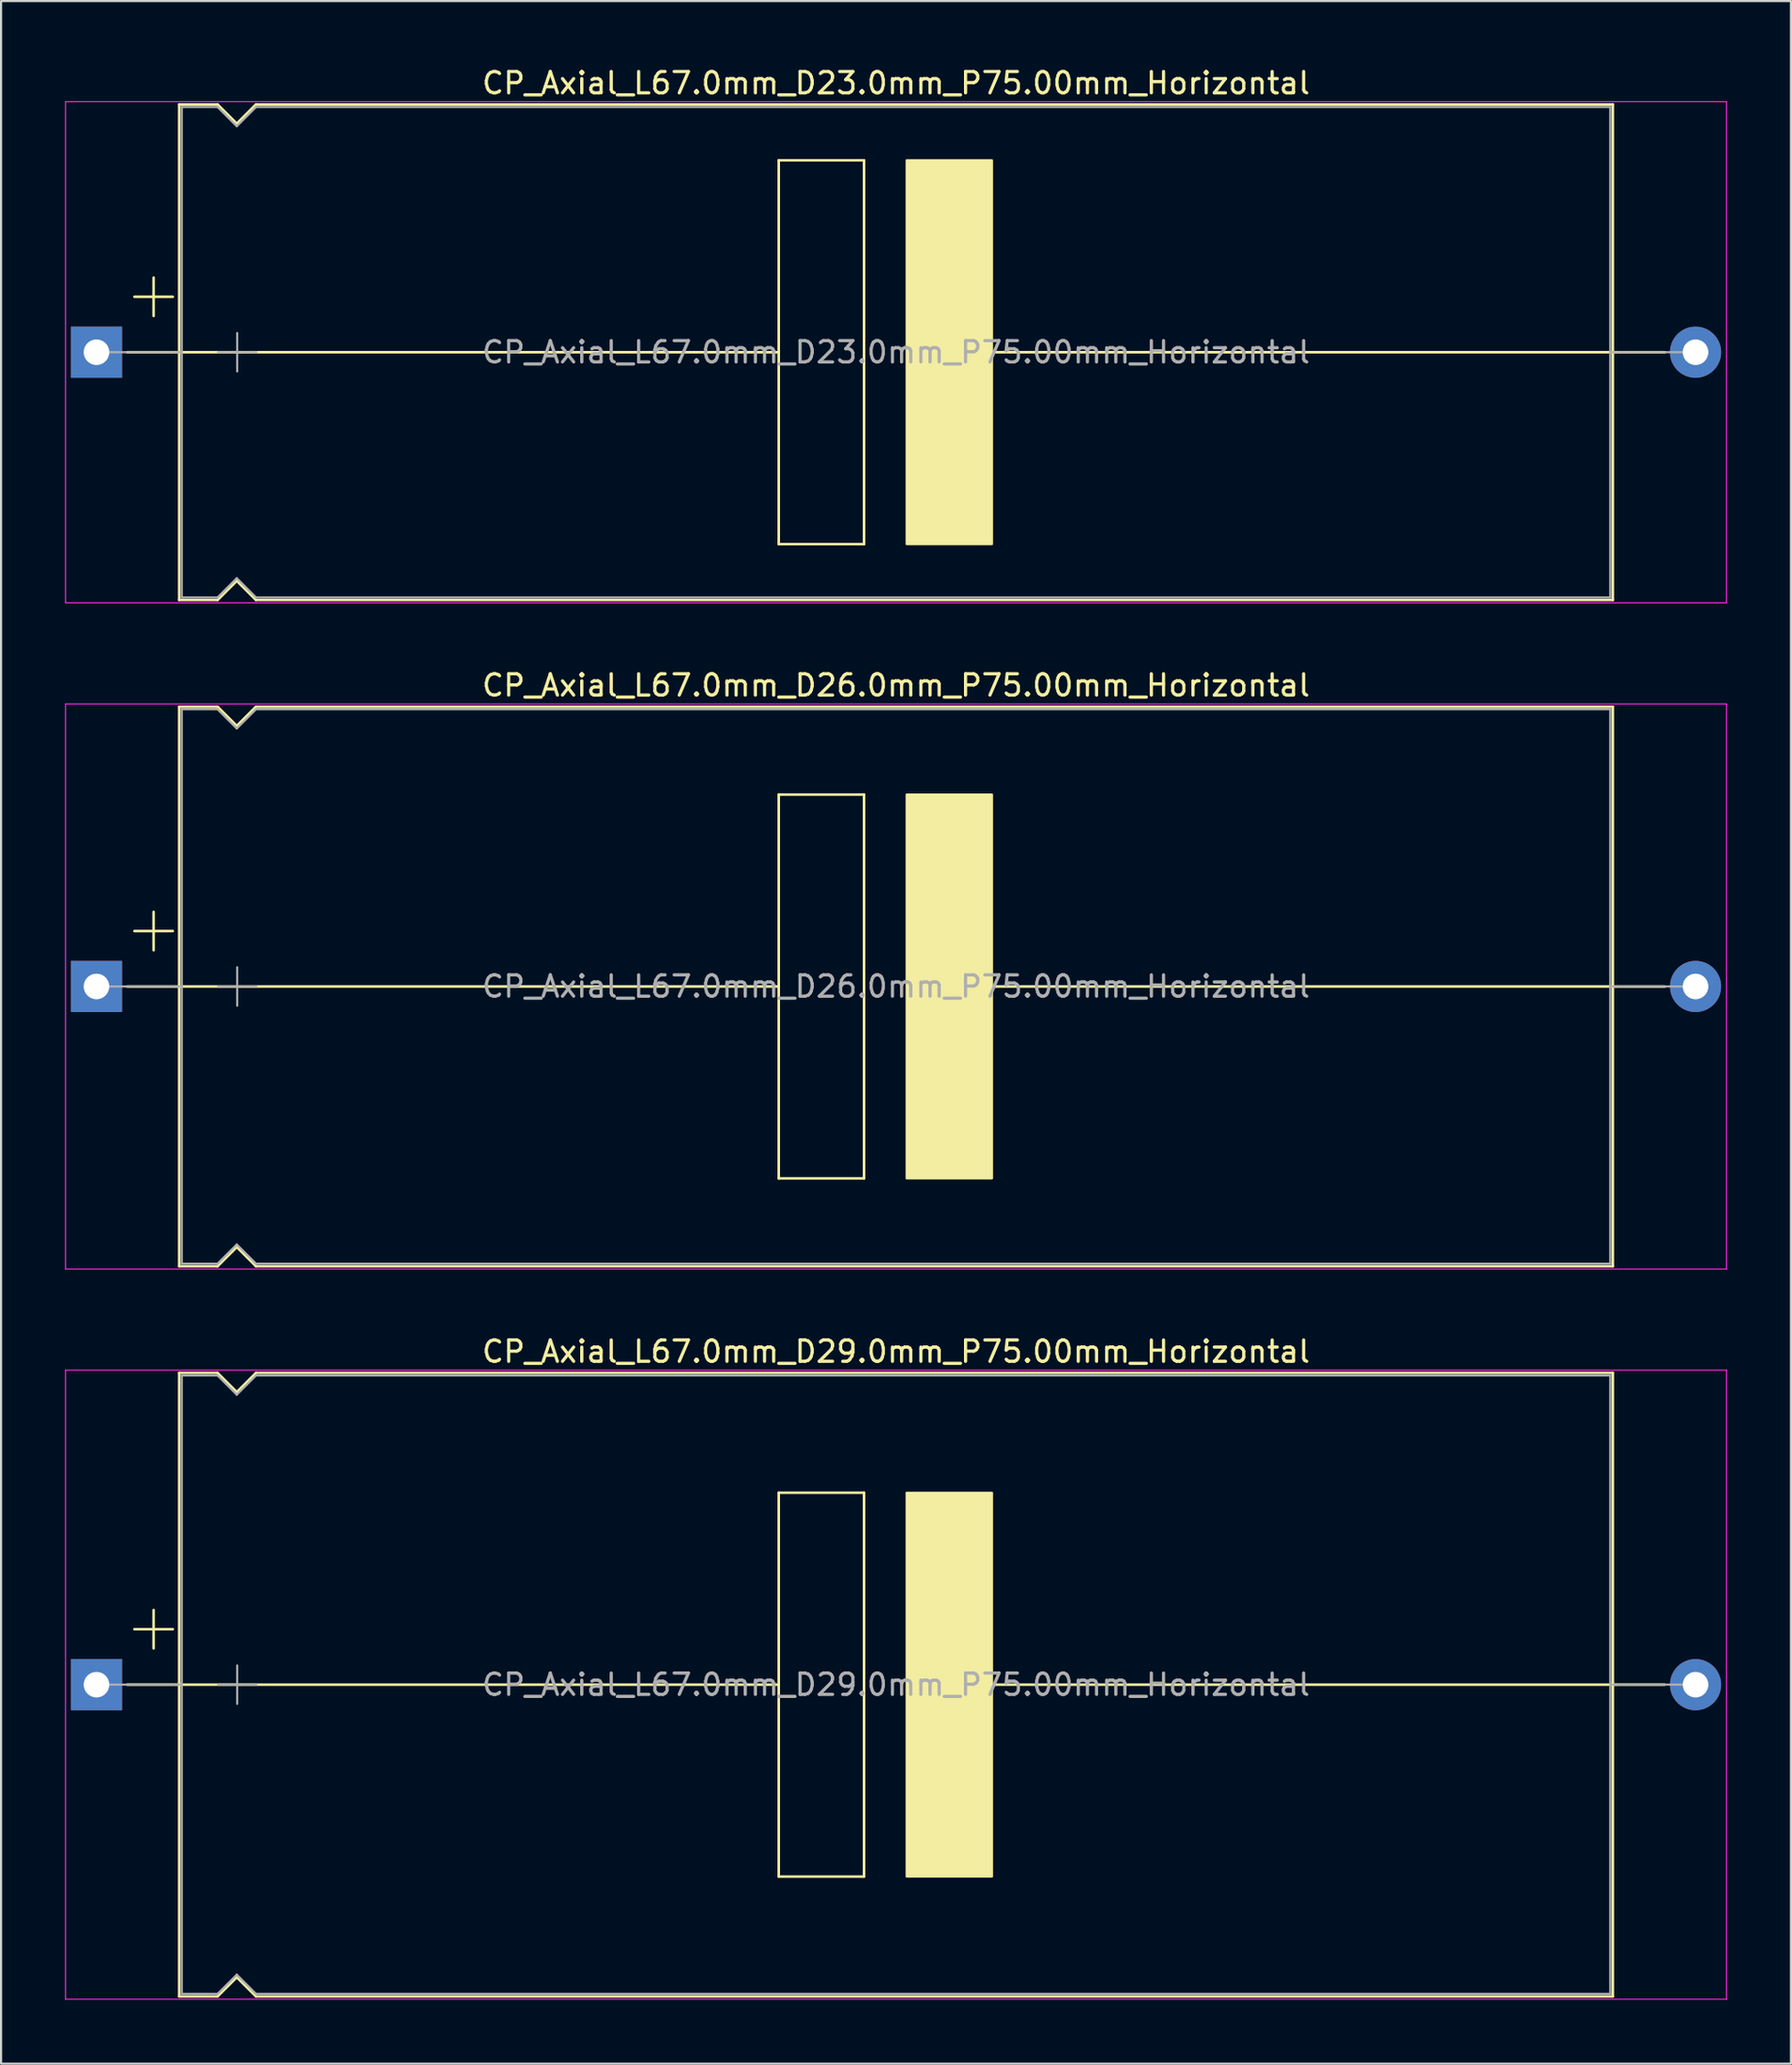
<source format=kicad_pcb>
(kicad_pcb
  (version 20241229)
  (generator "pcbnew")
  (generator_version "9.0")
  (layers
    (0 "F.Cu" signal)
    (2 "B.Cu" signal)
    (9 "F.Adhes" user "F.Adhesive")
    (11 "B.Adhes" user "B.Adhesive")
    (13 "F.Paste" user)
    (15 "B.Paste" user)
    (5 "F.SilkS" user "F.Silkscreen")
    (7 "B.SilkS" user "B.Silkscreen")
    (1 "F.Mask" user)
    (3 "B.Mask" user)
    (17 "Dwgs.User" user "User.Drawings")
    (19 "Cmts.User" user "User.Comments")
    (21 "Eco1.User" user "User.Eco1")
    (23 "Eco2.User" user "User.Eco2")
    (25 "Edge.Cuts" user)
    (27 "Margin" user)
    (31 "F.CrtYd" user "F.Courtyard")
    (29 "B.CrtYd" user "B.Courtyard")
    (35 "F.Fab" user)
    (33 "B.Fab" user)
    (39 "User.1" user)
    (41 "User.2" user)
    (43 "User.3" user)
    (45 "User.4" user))
  (footprint "CP_Axial_L67.0mm_D26.0mm_P75.00mm_Horizontal"
    (layer "F.Cu")
    (at 1.475 43.212)
    (property "Reference" "CP_Axial_L67.0mm_D26.0mm_P75.00mm_Horizontal" (at 37.5 -14.12 0) (layer "F.SilkS") (effects (font (size 1 1) (thickness 0.15))))
    (attr through_hole)
    (fp_line (start 1.44 0) (end 3.88 0) (stroke (width 0.12) (type solid)) (layer "F.SilkS"))
    (fp_line (start 1.78 -2.6) (end 3.58 -2.6) (stroke (width 0.12) (type solid)) (layer "F.SilkS"))
    (fp_line (start 2.68 -3.5) (end 2.68 -1.7) (stroke (width 0.12) (type solid)) (layer "F.SilkS"))
    (fp_line (start 3.88 -13.12) (end 3.88 13.12) (stroke (width 0.12) (type solid)) (layer "F.SilkS"))
    (fp_line (start 3.88 -13.12) (end 5.68 -13.12) (stroke (width 0.12) (type solid)) (layer "F.SilkS"))
    (fp_line (start 3.88 0) (end 32 0) (stroke (width 0.12) (type solid)) (layer "F.SilkS"))
    (fp_line (start 3.88 13.12) (end 5.68 13.12) (stroke (width 0.12) (type solid)) (layer "F.SilkS"))
    (fp_line (start 5.68 -13.12) (end 6.58 -12.22) (stroke (width 0.12) (type solid)) (layer "F.SilkS"))
    (fp_line (start 5.68 13.12) (end 6.58 12.22) (stroke (width 0.12) (type solid)) (layer "F.SilkS"))
    (fp_line (start 6.58 -12.22) (end 7.48 -13.12) (stroke (width 0.12) (type solid)) (layer "F.SilkS"))
    (fp_line (start 6.58 12.22) (end 7.48 13.12) (stroke (width 0.12) (type solid)) (layer "F.SilkS"))
    (fp_line (start 7.48 -13.12) (end 71.12 -13.12) (stroke (width 0.12) (type solid)) (layer "F.SilkS"))
    (fp_line (start 7.48 13.12) (end 71.12 13.12) (stroke (width 0.12) (type solid)) (layer "F.SilkS"))
    (fp_line (start 32 -9) (end 36 -9) (stroke (width 0.12) (type solid)) (layer "F.SilkS"))
    (fp_line (start 32 9) (end 32 -9) (stroke (width 0.12) (type solid)) (layer "F.SilkS"))
    (fp_line (start 36 -9) (end 36 9) (stroke (width 0.12) (type solid)) (layer "F.SilkS"))
    (fp_line (start 36 9) (end 32 9) (stroke (width 0.12) (type solid)) (layer "F.SilkS"))
    (fp_line (start 42 0) (end 71.12 0) (stroke (width 0.12) (type solid)) (layer "F.SilkS"))
    (fp_line (start 71.12 -13.12) (end 71.12 13.12) (stroke (width 0.12) (type solid)) (layer "F.SilkS"))
    (fp_line (start 73.56 0) (end 71.12 0) (stroke (width 0.12) (type solid)) (layer "F.SilkS"))
    (fp_poly (pts (xy 42 9) (xy 38 9) (xy 38 -9) (xy 42 -9)) (stroke (width 0.1) (type solid)) (fill yes) (layer "F.SilkS"))
    (fp_line (start -1.45 -13.25) (end -1.45 13.25) (stroke (width 0.05) (type solid)) (layer "F.CrtYd"))
    (fp_line (start -1.45 13.25) (end 76.45 13.25) (stroke (width 0.05) (type solid)) (layer "F.CrtYd"))
    (fp_line (start 76.45 -13.25) (end -1.45 -13.25) (stroke (width 0.05) (type solid)) (layer "F.CrtYd"))
    (fp_line (start 76.45 13.25) (end 76.45 -13.25) (stroke (width 0.05) (type solid)) (layer "F.CrtYd"))
    (fp_line (start 0 0) (end 4 0) (stroke (width 0.1) (type solid)) (layer "F.Fab"))
    (fp_line (start 4 -13) (end 4 13) (stroke (width 0.1) (type solid)) (layer "F.Fab"))
    (fp_line (start 4 -13) (end 5.68 -13) (stroke (width 0.1) (type solid)) (layer "F.Fab"))
    (fp_line (start 4 13) (end 5.68 13) (stroke (width 0.1) (type solid)) (layer "F.Fab"))
    (fp_line (start 5.68 -13) (end 6.58 -12.1) (stroke (width 0.1) (type solid)) (layer "F.Fab"))
    (fp_line (start 5.68 13) (end 6.58 12.1) (stroke (width 0.1) (type solid)) (layer "F.Fab"))
    (fp_line (start 5.7 0) (end 7.5 0) (stroke (width 0.1) (type solid)) (layer "F.Fab"))
    (fp_line (start 6.58 -12.1) (end 7.48 -13) (stroke (width 0.1) (type solid)) (layer "F.Fab"))
    (fp_line (start 6.58 12.1) (end 7.48 13) (stroke (width 0.1) (type solid)) (layer "F.Fab"))
    (fp_line (start 6.6 -0.9) (end 6.6 0.9) (stroke (width 0.1) (type solid)) (layer "F.Fab"))
    (fp_line (start 7.48 -13) (end 71 -13) (stroke (width 0.1) (type solid)) (layer "F.Fab"))
    (fp_line (start 7.48 13) (end 71 13) (stroke (width 0.1) (type solid)) (layer "F.Fab"))
    (fp_line (start 71 -13) (end 71 13) (stroke (width 0.1) (type solid)) (layer "F.Fab"))
    (fp_line (start 75 0) (end 71 0) (stroke (width 0.1) (type solid)) (layer "F.Fab"))
    (fp_text user "${REFERENCE}" (at 37.5 0 0) (layer "F.Fab") (effects (font (size 1 1) (thickness 0.15))))
    (pad "1" thru_hole rect (at 0 0) (size 2.4 2.4) (drill 1.2) (layers "*.Cu" "*.Mask"))
    (pad "2" thru_hole oval (at 75 0) (size 2.4 2.4) (drill 1.2) (layers "*.Cu" "*.Mask")))
  (footprint "CP_Axial_L67.0mm_D29.0mm_P75.00mm_Horizontal"
    (layer "F.Cu")
    (at 1.475 75.955)
    (property "Reference" "CP_Axial_L67.0mm_D29.0mm_P75.00mm_Horizontal" (at 37.5 -15.62 0) (layer "F.SilkS") (effects (font (size 1 1) (thickness 0.15))))
    (attr through_hole)
    (fp_line (start 1.44 0) (end 3.88 0) (stroke (width 0.12) (type solid)) (layer "F.SilkS"))
    (fp_line (start 1.78 -2.6) (end 3.58 -2.6) (stroke (width 0.12) (type solid)) (layer "F.SilkS"))
    (fp_line (start 2.68 -3.5) (end 2.68 -1.7) (stroke (width 0.12) (type solid)) (layer "F.SilkS"))
    (fp_line (start 3.873 0) (end 32 0) (stroke (width 0.12) (type solid)) (layer "F.SilkS"))
    (fp_line (start 3.88 -14.62) (end 3.88 14.62) (stroke (width 0.12) (type solid)) (layer "F.SilkS"))
    (fp_line (start 3.88 -14.62) (end 5.68 -14.62) (stroke (width 0.12) (type solid)) (layer "F.SilkS"))
    (fp_line (start 3.88 14.62) (end 5.68 14.62) (stroke (width 0.12) (type solid)) (layer "F.SilkS"))
    (fp_line (start 5.68 -14.62) (end 6.58 -13.72) (stroke (width 0.12) (type solid)) (layer "F.SilkS"))
    (fp_line (start 5.68 14.62) (end 6.58 13.72) (stroke (width 0.12) (type solid)) (layer "F.SilkS"))
    (fp_line (start 6.58 -13.72) (end 7.48 -14.62) (stroke (width 0.12) (type solid)) (layer "F.SilkS"))
    (fp_line (start 6.58 13.72) (end 7.48 14.62) (stroke (width 0.12) (type solid)) (layer "F.SilkS"))
    (fp_line (start 7.48 -14.62) (end 71.12 -14.62) (stroke (width 0.12) (type solid)) (layer "F.SilkS"))
    (fp_line (start 7.48 14.62) (end 71.12 14.62) (stroke (width 0.12) (type solid)) (layer "F.SilkS"))
    (fp_line (start 32 -9) (end 36 -9) (stroke (width 0.12) (type solid)) (layer "F.SilkS"))
    (fp_line (start 32 9) (end 32 -9) (stroke (width 0.12) (type solid)) (layer "F.SilkS"))
    (fp_line (start 36 -9) (end 36 9) (stroke (width 0.12) (type solid)) (layer "F.SilkS"))
    (fp_line (start 36 9) (end 32 9) (stroke (width 0.12) (type solid)) (layer "F.SilkS"))
    (fp_line (start 42 0) (end 71.12 0) (stroke (width 0.12) (type solid)) (layer "F.SilkS"))
    (fp_line (start 71.12 -14.62) (end 71.12 14.62) (stroke (width 0.12) (type solid)) (layer "F.SilkS"))
    (fp_line (start 73.56 0) (end 71.12 0) (stroke (width 0.12) (type solid)) (layer "F.SilkS"))
    (fp_poly (pts (xy 42 9) (xy 38 9) (xy 38 -9) (xy 42 -9)) (stroke (width 0.1) (type solid)) (fill yes) (layer "F.SilkS"))
    (fp_line (start -1.45 -14.75) (end -1.45 14.75) (stroke (width 0.05) (type solid)) (layer "F.CrtYd"))
    (fp_line (start -1.45 14.75) (end 76.45 14.75) (stroke (width 0.05) (type solid)) (layer "F.CrtYd"))
    (fp_line (start 76.45 -14.75) (end -1.45 -14.75) (stroke (width 0.05) (type solid)) (layer "F.CrtYd"))
    (fp_line (start 76.45 14.75) (end 76.45 -14.75) (stroke (width 0.05) (type solid)) (layer "F.CrtYd"))
    (fp_line (start 0 0) (end 4 0) (stroke (width 0.1) (type solid)) (layer "F.Fab"))
    (fp_line (start 4 -14.5) (end 4 14.5) (stroke (width 0.1) (type solid)) (layer "F.Fab"))
    (fp_line (start 4 -14.5) (end 5.68 -14.5) (stroke (width 0.1) (type solid)) (layer "F.Fab"))
    (fp_line (start 4 14.5) (end 5.68 14.5) (stroke (width 0.1) (type solid)) (layer "F.Fab"))
    (fp_line (start 5.68 -14.5) (end 6.58 -13.6) (stroke (width 0.1) (type solid)) (layer "F.Fab"))
    (fp_line (start 5.68 14.5) (end 6.58 13.6) (stroke (width 0.1) (type solid)) (layer "F.Fab"))
    (fp_line (start 5.7 0) (end 7.5 0) (stroke (width 0.1) (type solid)) (layer "F.Fab"))
    (fp_line (start 6.58 -13.6) (end 7.48 -14.5) (stroke (width 0.1) (type solid)) (layer "F.Fab"))
    (fp_line (start 6.58 13.6) (end 7.48 14.5) (stroke (width 0.1) (type solid)) (layer "F.Fab"))
    (fp_line (start 6.6 -0.9) (end 6.6 0.9) (stroke (width 0.1) (type solid)) (layer "F.Fab"))
    (fp_line (start 7.48 -14.5) (end 71 -14.5) (stroke (width 0.1) (type solid)) (layer "F.Fab"))
    (fp_line (start 7.48 14.5) (end 71 14.5) (stroke (width 0.1) (type solid)) (layer "F.Fab"))
    (fp_line (start 71 -14.5) (end 71 14.5) (stroke (width 0.1) (type solid)) (layer "F.Fab"))
    (fp_line (start 75 0) (end 71 0) (stroke (width 0.1) (type solid)) (layer "F.Fab"))
    (fp_text user "${REFERENCE}" (at 37.5 0 0) (layer "F.Fab") (effects (font (size 1 1) (thickness 0.15))))
    (pad "1" thru_hole rect (at 0 0) (size 2.4 2.4) (drill 1.2) (layers "*.Cu" "*.Mask"))
    (pad "2" thru_hole oval (at 75 0) (size 2.4 2.4) (drill 1.2) (layers "*.Cu" "*.Mask")))
  (footprint "CP_Axial_L67.0mm_D23.0mm_P75.00mm_Horizontal"
    (layer "F.Cu")
    (at 1.475 13.468)
    (property "Reference" "CP_Axial_L67.0mm_D23.0mm_P75.00mm_Horizontal" (at 37.5 -12.62 0) (layer "F.SilkS") (effects (font (size 1 1) (thickness 0.15))))
    (attr through_hole)
    (fp_line (start 1.44 0) (end 3.88 0) (stroke (width 0.12) (type solid)) (layer "F.SilkS"))
    (fp_line (start 1.78 -2.6) (end 3.58 -2.6) (stroke (width 0.12) (type solid)) (layer "F.SilkS"))
    (fp_line (start 2.68 -3.5) (end 2.68 -1.7) (stroke (width 0.12) (type solid)) (layer "F.SilkS"))
    (fp_line (start 3.88 -11.62) (end 3.88 11.62) (stroke (width 0.12) (type solid)) (layer "F.SilkS"))
    (fp_line (start 3.88 -11.62) (end 5.68 -11.62) (stroke (width 0.12) (type solid)) (layer "F.SilkS"))
    (fp_line (start 3.88 0) (end 32 0) (stroke (width 0.12) (type solid)) (layer "F.SilkS"))
    (fp_line (start 3.88 11.62) (end 5.68 11.62) (stroke (width 0.12) (type solid)) (layer "F.SilkS"))
    (fp_line (start 5.68 -11.62) (end 6.58 -10.72) (stroke (width 0.12) (type solid)) (layer "F.SilkS"))
    (fp_line (start 5.68 11.62) (end 6.58 10.72) (stroke (width 0.12) (type solid)) (layer "F.SilkS"))
    (fp_line (start 6.58 -10.72) (end 7.48 -11.62) (stroke (width 0.12) (type solid)) (layer "F.SilkS"))
    (fp_line (start 6.58 10.72) (end 7.48 11.62) (stroke (width 0.12) (type solid)) (layer "F.SilkS"))
    (fp_line (start 7.48 -11.62) (end 71.12 -11.62) (stroke (width 0.12) (type solid)) (layer "F.SilkS"))
    (fp_line (start 7.48 11.62) (end 71.12 11.62) (stroke (width 0.12) (type solid)) (layer "F.SilkS"))
    (fp_line (start 32 -9) (end 36 -9) (stroke (width 0.12) (type solid)) (layer "F.SilkS"))
    (fp_line (start 32 9) (end 32 -9) (stroke (width 0.12) (type solid)) (layer "F.SilkS"))
    (fp_line (start 36 -9) (end 36 9) (stroke (width 0.12) (type solid)) (layer "F.SilkS"))
    (fp_line (start 36 9) (end 32 9) (stroke (width 0.12) (type solid)) (layer "F.SilkS"))
    (fp_line (start 42 0) (end 71.12 0) (stroke (width 0.12) (type solid)) (layer "F.SilkS"))
    (fp_line (start 71.12 -11.62) (end 71.12 11.62) (stroke (width 0.12) (type solid)) (layer "F.SilkS"))
    (fp_line (start 73.56 0) (end 71.12 0) (stroke (width 0.12) (type solid)) (layer "F.SilkS"))
    (fp_poly (pts (xy 42 9) (xy 38 9) (xy 38 -9) (xy 42 -9)) (stroke (width 0.1) (type solid)) (fill yes) (layer "F.SilkS"))
    (fp_line (start -1.45 -11.75) (end -1.45 11.75) (stroke (width 0.05) (type solid)) (layer "F.CrtYd"))
    (fp_line (start -1.45 11.75) (end 76.45 11.75) (stroke (width 0.05) (type solid)) (layer "F.CrtYd"))
    (fp_line (start 76.45 -11.75) (end -1.45 -11.75) (stroke (width 0.05) (type solid)) (layer "F.CrtYd"))
    (fp_line (start 76.45 11.75) (end 76.45 -11.75) (stroke (width 0.05) (type solid)) (layer "F.CrtYd"))
    (fp_line (start 0 0) (end 4 0) (stroke (width 0.1) (type solid)) (layer "F.Fab"))
    (fp_line (start 4 -11.5) (end 4 11.5) (stroke (width 0.1) (type solid)) (layer "F.Fab"))
    (fp_line (start 4 -11.5) (end 5.68 -11.5) (stroke (width 0.1) (type solid)) (layer "F.Fab"))
    (fp_line (start 4 11.5) (end 5.68 11.5) (stroke (width 0.1) (type solid)) (layer "F.Fab"))
    (fp_line (start 5.68 -11.5) (end 6.58 -10.6) (stroke (width 0.1) (type solid)) (layer "F.Fab"))
    (fp_line (start 5.68 11.5) (end 6.58 10.6) (stroke (width 0.1) (type solid)) (layer "F.Fab"))
    (fp_line (start 5.7 0) (end 7.5 0) (stroke (width 0.1) (type solid)) (layer "F.Fab"))
    (fp_line (start 6.58 -10.6) (end 7.48 -11.5) (stroke (width 0.1) (type solid)) (layer "F.Fab"))
    (fp_line (start 6.58 10.6) (end 7.48 11.5) (stroke (width 0.1) (type solid)) (layer "F.Fab"))
    (fp_line (start 6.6 -0.9) (end 6.6 0.9) (stroke (width 0.1) (type solid)) (layer "F.Fab"))
    (fp_line (start 7.48 -11.5) (end 71 -11.5) (stroke (width 0.1) (type solid)) (layer "F.Fab"))
    (fp_line (start 7.48 11.5) (end 71 11.5) (stroke (width 0.1) (type solid)) (layer "F.Fab"))
    (fp_line (start 71 -11.5) (end 71 11.5) (stroke (width 0.1) (type solid)) (layer "F.Fab"))
    (fp_line (start 75 0) (end 71 0) (stroke (width 0.1) (type solid)) (layer "F.Fab"))
    (fp_text user "${REFERENCE}" (at 37.5 0 0) (layer "F.Fab") (effects (font (size 1 1) (thickness 0.15))))
    (pad "1" thru_hole rect (at 0 0) (size 2.4 2.4) (drill 1.2) (layers "*.Cu" "*.Mask"))
    (pad "2" thru_hole oval (at 75 0) (size 2.4 2.4) (drill 1.2) (layers "*.Cu" "*.Mask")))
  (gr_rect
    (start -3 -3)
    (end 80.95 93.73)
    (stroke (width 0.1) (type default))
    (fill no)
    (layer "Edge.Cuts")))
</source>
